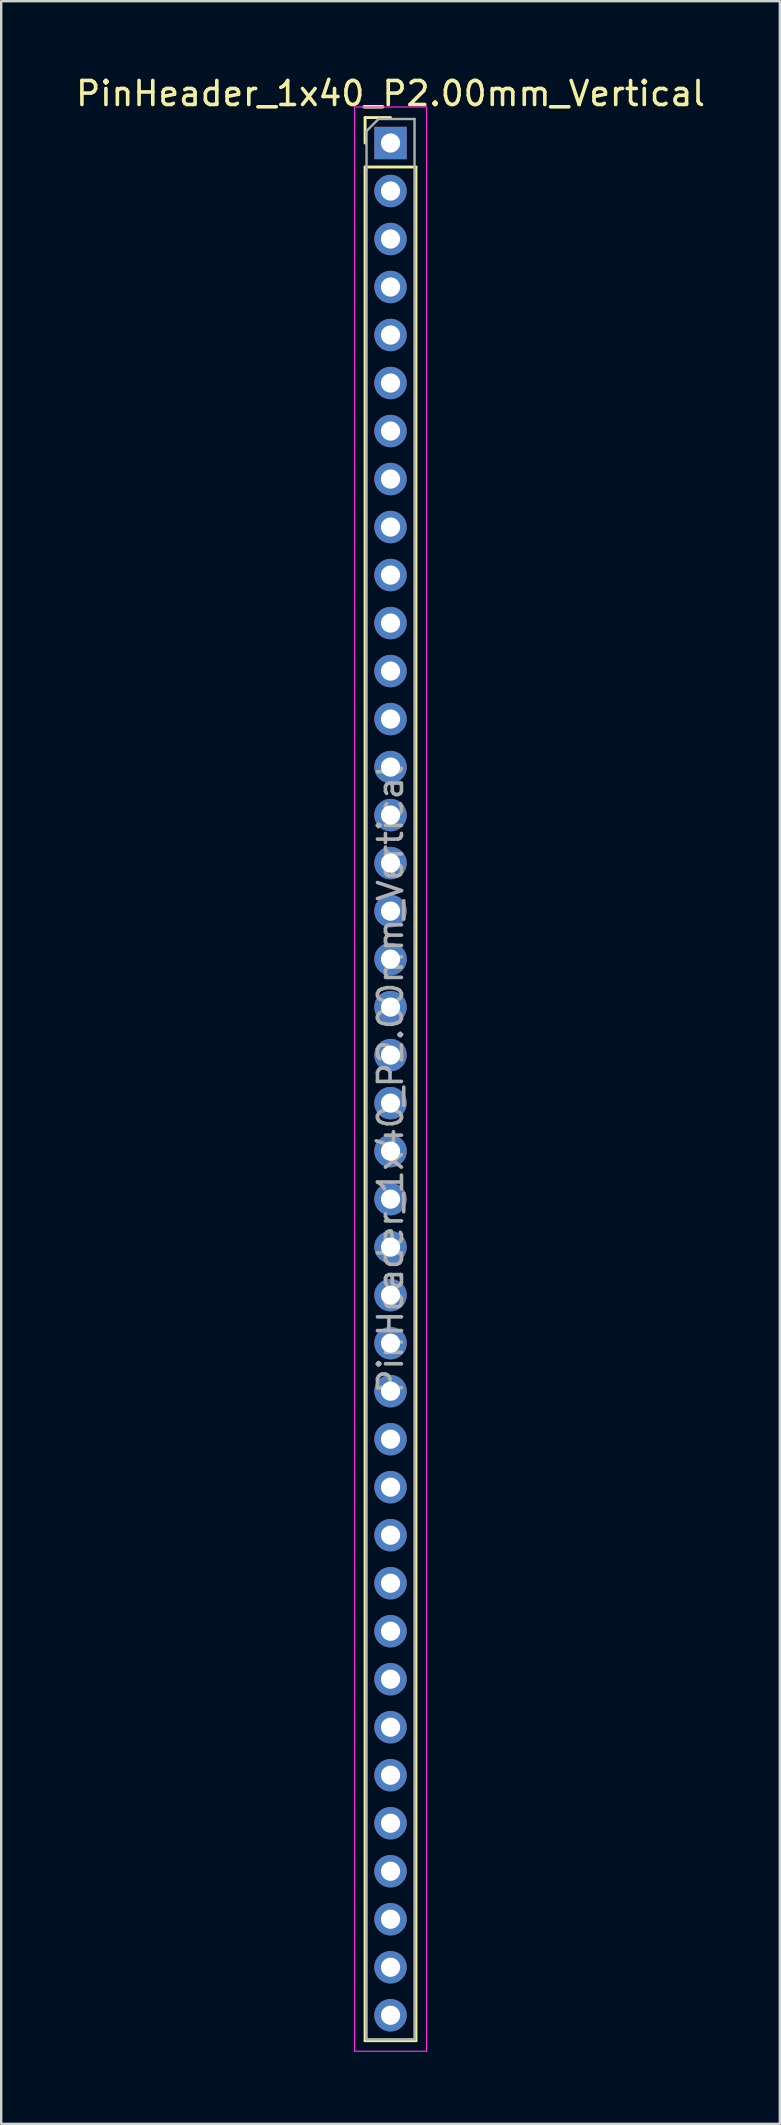
<source format=kicad_pcb>
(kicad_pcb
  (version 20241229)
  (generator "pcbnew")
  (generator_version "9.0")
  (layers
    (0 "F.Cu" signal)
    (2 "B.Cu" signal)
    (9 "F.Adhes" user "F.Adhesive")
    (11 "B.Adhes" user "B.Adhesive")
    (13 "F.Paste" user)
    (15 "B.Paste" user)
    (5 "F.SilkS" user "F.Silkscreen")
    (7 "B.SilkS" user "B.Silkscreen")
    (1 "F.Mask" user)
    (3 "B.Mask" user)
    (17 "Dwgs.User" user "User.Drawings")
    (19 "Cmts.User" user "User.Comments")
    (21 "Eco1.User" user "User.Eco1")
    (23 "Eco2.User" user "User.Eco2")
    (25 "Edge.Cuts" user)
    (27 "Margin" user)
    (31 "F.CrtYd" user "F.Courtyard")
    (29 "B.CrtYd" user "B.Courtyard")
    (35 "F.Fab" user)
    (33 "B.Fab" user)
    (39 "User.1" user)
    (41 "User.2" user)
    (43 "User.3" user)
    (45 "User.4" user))
  (footprint "PinHeader_1x40_P2.00mm_Vertical"
    (layer "F.Cu")
    (at 13.22 2.908)
    (property "Reference" "PinHeader_1x40_P2.00mm_Vertical" (at 0 -2.06 0) (layer "F.SilkS") (effects (font (size 1 1) (thickness 0.15))))
    (attr through_hole)
    (fp_line (start -1.06 -1.06) (end 0 -1.06) (stroke (width 0.12) (type solid)) (layer "F.SilkS"))
    (fp_line (start -1.06 0) (end -1.06 -1.06) (stroke (width 0.12) (type solid)) (layer "F.SilkS"))
    (fp_line (start -1.06 1) (end -1.06 79.06) (stroke (width 0.12) (type solid)) (layer "F.SilkS"))
    (fp_line (start -1.06 1) (end 1.06 1) (stroke (width 0.12) (type solid)) (layer "F.SilkS"))
    (fp_line (start -1.06 79.06) (end 1.06 79.06) (stroke (width 0.12) (type solid)) (layer "F.SilkS"))
    (fp_line (start 1.06 1) (end 1.06 79.06) (stroke (width 0.12) (type solid)) (layer "F.SilkS"))
    (fp_line (start -1.5 -1.5) (end -1.5 79.5) (stroke (width 0.05) (type solid)) (layer "F.CrtYd"))
    (fp_line (start -1.5 79.5) (end 1.5 79.5) (stroke (width 0.05) (type solid)) (layer "F.CrtYd"))
    (fp_line (start 1.5 -1.5) (end -1.5 -1.5) (stroke (width 0.05) (type solid)) (layer "F.CrtYd"))
    (fp_line (start 1.5 79.5) (end 1.5 -1.5) (stroke (width 0.05) (type solid)) (layer "F.CrtYd"))
    (fp_line (start -1 -0.5) (end -0.5 -1) (stroke (width 0.1) (type solid)) (layer "F.Fab"))
    (fp_line (start -1 79) (end -1 -0.5) (stroke (width 0.1) (type solid)) (layer "F.Fab"))
    (fp_line (start -0.5 -1) (end 1 -1) (stroke (width 0.1) (type solid)) (layer "F.Fab"))
    (fp_line (start 1 -1) (end 1 79) (stroke (width 0.1) (type solid)) (layer "F.Fab"))
    (fp_line (start 1 79) (end -1 79) (stroke (width 0.1) (type solid)) (layer "F.Fab"))
    (fp_text user "${REFERENCE}" (at 0 39 90) (layer "F.Fab") (effects (font (size 1 1) (thickness 0.15))))
    (pad "1" thru_hole rect (at 0 0) (size 1.35 1.35) (drill 0.8) (layers "*.Cu" "*.Mask"))
    (pad "2" thru_hole oval (at 0 2) (size 1.35 1.35) (drill 0.8) (layers "*.Cu" "*.Mask"))
    (pad "3" thru_hole oval (at 0 4) (size 1.35 1.35) (drill 0.8) (layers "*.Cu" "*.Mask"))
    (pad "4" thru_hole oval (at 0 6) (size 1.35 1.35) (drill 0.8) (layers "*.Cu" "*.Mask"))
    (pad "5" thru_hole oval (at 0 8) (size 1.35 1.35) (drill 0.8) (layers "*.Cu" "*.Mask"))
    (pad "6" thru_hole oval (at 0 10) (size 1.35 1.35) (drill 0.8) (layers "*.Cu" "*.Mask"))
    (pad "7" thru_hole oval (at 0 12) (size 1.35 1.35) (drill 0.8) (layers "*.Cu" "*.Mask"))
    (pad "8" thru_hole oval (at 0 14) (size 1.35 1.35) (drill 0.8) (layers "*.Cu" "*.Mask"))
    (pad "9" thru_hole oval (at 0 16) (size 1.35 1.35) (drill 0.8) (layers "*.Cu" "*.Mask"))
    (pad "10" thru_hole oval (at 0 18) (size 1.35 1.35) (drill 0.8) (layers "*.Cu" "*.Mask"))
    (pad "11" thru_hole oval (at 0 20) (size 1.35 1.35) (drill 0.8) (layers "*.Cu" "*.Mask"))
    (pad "12" thru_hole oval (at 0 22) (size 1.35 1.35) (drill 0.8) (layers "*.Cu" "*.Mask"))
    (pad "13" thru_hole oval (at 0 24) (size 1.35 1.35) (drill 0.8) (layers "*.Cu" "*.Mask"))
    (pad "14" thru_hole oval (at 0 26) (size 1.35 1.35) (drill 0.8) (layers "*.Cu" "*.Mask"))
    (pad "15" thru_hole oval (at 0 28) (size 1.35 1.35) (drill 0.8) (layers "*.Cu" "*.Mask"))
    (pad "16" thru_hole oval (at 0 30) (size 1.35 1.35) (drill 0.8) (layers "*.Cu" "*.Mask"))
    (pad "17" thru_hole oval (at 0 32) (size 1.35 1.35) (drill 0.8) (layers "*.Cu" "*.Mask"))
    (pad "18" thru_hole oval (at 0 34) (size 1.35 1.35) (drill 0.8) (layers "*.Cu" "*.Mask"))
    (pad "19" thru_hole oval (at 0 36) (size 1.35 1.35) (drill 0.8) (layers "*.Cu" "*.Mask"))
    (pad "20" thru_hole oval (at 0 38) (size 1.35 1.35) (drill 0.8) (layers "*.Cu" "*.Mask"))
    (pad "21" thru_hole oval (at 0 40) (size 1.35 1.35) (drill 0.8) (layers "*.Cu" "*.Mask"))
    (pad "22" thru_hole oval (at 0 42) (size 1.35 1.35) (drill 0.8) (layers "*.Cu" "*.Mask"))
    (pad "23" thru_hole oval (at 0 44) (size 1.35 1.35) (drill 0.8) (layers "*.Cu" "*.Mask"))
    (pad "24" thru_hole oval (at 0 46) (size 1.35 1.35) (drill 0.8) (layers "*.Cu" "*.Mask"))
    (pad "25" thru_hole oval (at 0 48) (size 1.35 1.35) (drill 0.8) (layers "*.Cu" "*.Mask"))
    (pad "26" thru_hole oval (at 0 50) (size 1.35 1.35) (drill 0.8) (layers "*.Cu" "*.Mask"))
    (pad "27" thru_hole oval (at 0 52) (size 1.35 1.35) (drill 0.8) (layers "*.Cu" "*.Mask"))
    (pad "28" thru_hole oval (at 0 54) (size 1.35 1.35) (drill 0.8) (layers "*.Cu" "*.Mask"))
    (pad "29" thru_hole oval (at 0 56) (size 1.35 1.35) (drill 0.8) (layers "*.Cu" "*.Mask"))
    (pad "30" thru_hole oval (at 0 58) (size 1.35 1.35) (drill 0.8) (layers "*.Cu" "*.Mask"))
    (pad "31" thru_hole oval (at 0 60) (size 1.35 1.35) (drill 0.8) (layers "*.Cu" "*.Mask"))
    (pad "32" thru_hole oval (at 0 62) (size 1.35 1.35) (drill 0.8) (layers "*.Cu" "*.Mask"))
    (pad "33" thru_hole oval (at 0 64) (size 1.35 1.35) (drill 0.8) (layers "*.Cu" "*.Mask"))
    (pad "34" thru_hole oval (at 0 66) (size 1.35 1.35) (drill 0.8) (layers "*.Cu" "*.Mask"))
    (pad "35" thru_hole oval (at 0 68) (size 1.35 1.35) (drill 0.8) (layers "*.Cu" "*.Mask"))
    (pad "36" thru_hole oval (at 0 70) (size 1.35 1.35) (drill 0.8) (layers "*.Cu" "*.Mask"))
    (pad "37" thru_hole oval (at 0 72) (size 1.35 1.35) (drill 0.8) (layers "*.Cu" "*.Mask"))
    (pad "38" thru_hole oval (at 0 74) (size 1.35 1.35) (drill 0.8) (layers "*.Cu" "*.Mask"))
    (pad "39" thru_hole oval (at 0 76) (size 1.35 1.35) (drill 0.8) (layers "*.Cu" "*.Mask"))
    (pad "40" thru_hole oval (at 0 78) (size 1.35 1.35) (drill 0.8) (layers "*.Cu" "*.Mask")))
  (gr_rect
    (start -3 -3)
    (end 29.44 85.433)
    (stroke (width 0.1) (type default))
    (fill no)
    (layer "Edge.Cuts")))
</source>
